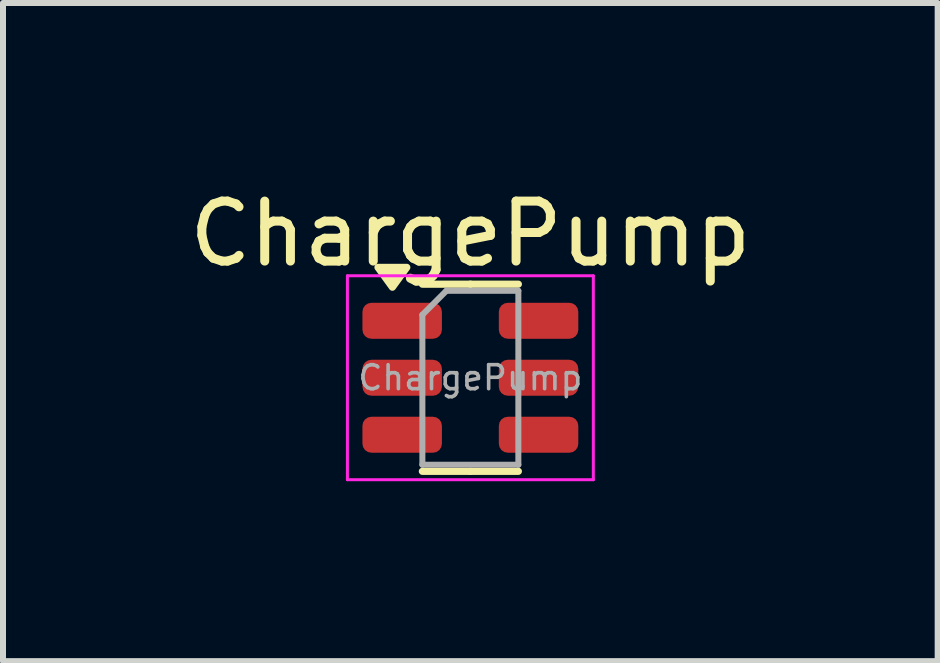
<source format=kicad_pcb>
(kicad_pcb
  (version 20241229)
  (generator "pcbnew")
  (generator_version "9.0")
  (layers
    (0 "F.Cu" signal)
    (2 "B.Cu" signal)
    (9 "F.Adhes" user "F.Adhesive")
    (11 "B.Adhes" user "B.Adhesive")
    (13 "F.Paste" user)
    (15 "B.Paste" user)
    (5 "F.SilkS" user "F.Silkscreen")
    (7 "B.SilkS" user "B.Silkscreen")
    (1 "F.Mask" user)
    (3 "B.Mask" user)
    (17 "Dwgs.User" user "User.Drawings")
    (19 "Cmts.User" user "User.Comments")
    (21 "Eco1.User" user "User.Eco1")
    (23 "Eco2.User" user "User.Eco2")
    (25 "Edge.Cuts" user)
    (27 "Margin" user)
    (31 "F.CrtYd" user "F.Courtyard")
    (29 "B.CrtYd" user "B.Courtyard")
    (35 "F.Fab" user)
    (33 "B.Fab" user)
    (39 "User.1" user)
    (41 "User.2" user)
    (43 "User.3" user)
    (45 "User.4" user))
  (footprint "ChargePump"
    (layer "F.Cu")
    (at 4.792 3.248)
    (property "Reference" "ChargePump" (at 0 -2.4 0) (layer "F.SilkS") (effects (font (size 1 1) (thickness 0.15))))
    (attr smd)
    (fp_line (start 0 -1.56) (end -0.8 -1.56) (stroke (width 0.12) (type solid)) (layer "F.SilkS"))
    (fp_line (start 0 -1.56) (end 0.8 -1.56) (stroke (width 0.12) (type solid)) (layer "F.SilkS"))
    (fp_line (start 0 1.56) (end -0.8 1.56) (stroke (width 0.12) (type solid)) (layer "F.SilkS"))
    (fp_line (start 0 1.56) (end 0.8 1.56) (stroke (width 0.12) (type solid)) (layer "F.SilkS"))
    (fp_poly (pts (xy -1.3 -1.51) (xy -1.54 -1.84) (xy -1.06 -1.84) (xy -1.3 -1.51)) (stroke (width 0.12) (type solid)) (fill yes) (layer "F.SilkS"))
    (fp_line (start -2.05 -1.7) (end -2.05 1.7) (stroke (width 0.05) (type solid)) (layer "F.CrtYd"))
    (fp_line (start -2.05 1.7) (end 2.05 1.7) (stroke (width 0.05) (type solid)) (layer "F.CrtYd"))
    (fp_line (start 2.05 -1.7) (end -2.05 -1.7) (stroke (width 0.05) (type solid)) (layer "F.CrtYd"))
    (fp_line (start 2.05 1.7) (end 2.05 -1.7) (stroke (width 0.05) (type solid)) (layer "F.CrtYd"))
    (fp_line (start -0.8 -1.05) (end -0.4 -1.45) (stroke (width 0.1) (type solid)) (layer "F.Fab"))
    (fp_line (start -0.8 1.45) (end -0.8 -1.05) (stroke (width 0.1) (type solid)) (layer "F.Fab"))
    (fp_line (start -0.4 -1.45) (end 0.8 -1.45) (stroke (width 0.1) (type solid)) (layer "F.Fab"))
    (fp_line (start 0.8 -1.45) (end 0.8 1.45) (stroke (width 0.1) (type solid)) (layer "F.Fab"))
    (fp_line (start 0.8 1.45) (end -0.8 1.45) (stroke (width 0.1) (type solid)) (layer "F.Fab"))
    (fp_text user "${REFERENCE}" (at 0 0 0) (layer "F.Fab") (effects (font (size 0.4 0.4) (thickness 0.06))))
    (pad "1" smd roundrect (at -1.137 -0.95) (size 1.325 0.6) (layers "F.Cu" "F.Mask" "F.Paste") (roundrect_rratio 0.25))
    (pad "2" smd roundrect (at -1.137 0) (size 1.325 0.6) (layers "F.Cu" "F.Mask" "F.Paste") (roundrect_rratio 0.25))
    (pad "3" smd roundrect (at -1.137 0.95) (size 1.325 0.6) (layers "F.Cu" "F.Mask" "F.Paste") (roundrect_rratio 0.25))
    (pad "4" smd roundrect (at 1.137 0.95) (size 1.325 0.6) (layers "F.Cu" "F.Mask" "F.Paste") (roundrect_rratio 0.25))
    (pad "5" smd roundrect (at 1.137 0) (size 1.325 0.6) (layers "F.Cu" "F.Mask" "F.Paste") (roundrect_rratio 0.25))
    (pad "6" smd roundrect (at 1.137 -0.95) (size 1.325 0.6) (layers "F.Cu" "F.Mask" "F.Paste") (roundrect_rratio 0.25)))
  (gr_rect
    (start -3 -3)
    (end 12.583 7.973)
    (stroke (width 0.1) (type default))
    (fill no)
    (layer "Edge.Cuts")))
</source>
